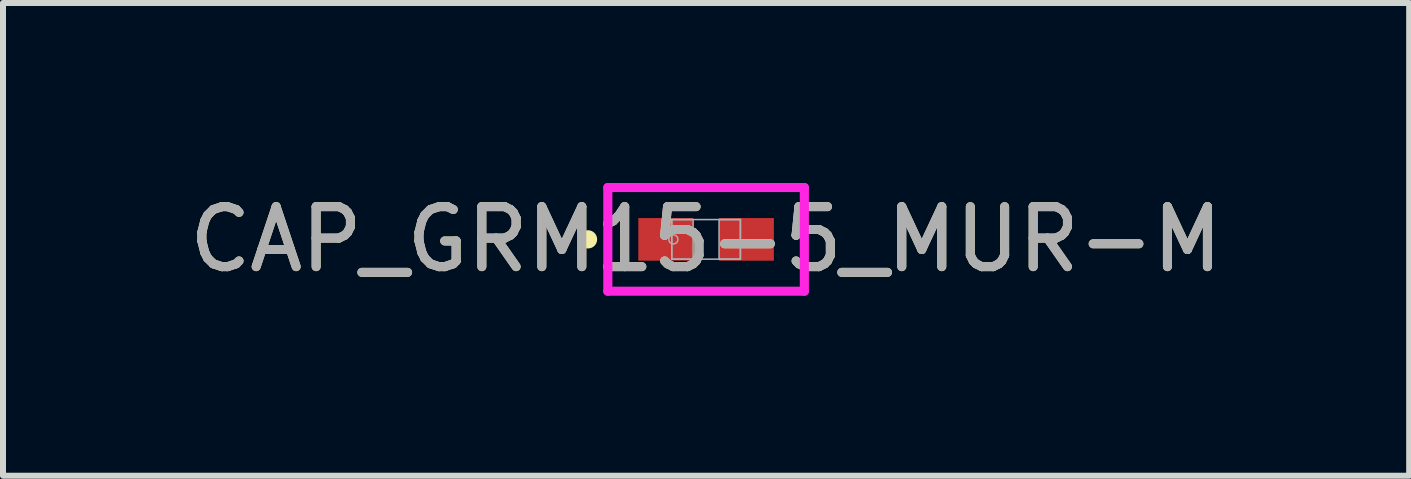
<source format=kicad_pcb>
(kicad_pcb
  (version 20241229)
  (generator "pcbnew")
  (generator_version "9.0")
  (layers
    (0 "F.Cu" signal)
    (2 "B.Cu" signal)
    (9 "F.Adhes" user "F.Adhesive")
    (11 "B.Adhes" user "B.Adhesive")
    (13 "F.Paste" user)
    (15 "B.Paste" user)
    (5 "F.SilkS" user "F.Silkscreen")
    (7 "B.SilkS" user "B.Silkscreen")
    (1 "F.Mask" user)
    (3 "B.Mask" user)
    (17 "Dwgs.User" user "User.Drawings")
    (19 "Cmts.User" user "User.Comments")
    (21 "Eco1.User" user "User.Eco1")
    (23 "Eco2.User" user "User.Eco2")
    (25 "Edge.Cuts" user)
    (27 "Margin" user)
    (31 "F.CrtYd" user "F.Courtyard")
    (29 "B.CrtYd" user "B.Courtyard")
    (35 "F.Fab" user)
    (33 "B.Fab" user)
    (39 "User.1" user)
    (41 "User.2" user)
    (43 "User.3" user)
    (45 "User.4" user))
  (footprint "CAP_GRM15-5_MUR-M"
    (layer "F.Cu")
    (at 8.72 0.94)
    (property "Reference" "CAP_GRM15-5_MUR-M" (at 0 0 0) (unlocked yes) (layer "F.SilkS") (effects (font (size 1 1) (thickness 0.15))))
    (attr smd)
    (fp_circle (center -1.968 0) (end -1.892 0) (stroke (width 0.152) (type solid)) (fill no) (layer "F.SilkS"))
    (fp_line (start -1.638 -0.864) (end 1.638 -0.864) (stroke (width 0.152) (type solid)) (layer "F.CrtYd"))
    (fp_line (start -1.638 0.864) (end -1.638 -0.864) (stroke (width 0.152) (type solid)) (layer "F.CrtYd"))
    (fp_line (start 1.638 -0.864) (end 1.638 0.864) (stroke (width 0.152) (type solid)) (layer "F.CrtYd"))
    (fp_line (start 1.638 0.864) (end -1.638 0.864) (stroke (width 0.152) (type solid)) (layer "F.CrtYd"))
    (fp_line (start -0.572 -0.33) (end -0.572 0.33) (stroke (width 0.025) (type solid)) (layer "F.Fab"))
    (fp_line (start -0.572 -0.33) (end -0.572 0.33) (stroke (width 0.025) (type solid)) (layer "F.Fab"))
    (fp_line (start -0.572 0.33) (end -0.216 0.33) (stroke (width 0.025) (type solid)) (layer "F.Fab"))
    (fp_line (start -0.572 0.33) (end 0.572 0.33) (stroke (width 0.025) (type solid)) (layer "F.Fab"))
    (fp_line (start -0.216 -0.33) (end -0.572 -0.33) (stroke (width 0.025) (type solid)) (layer "F.Fab"))
    (fp_line (start -0.216 0.33) (end -0.216 -0.33) (stroke (width 0.025) (type solid)) (layer "F.Fab"))
    (fp_line (start 0.216 -0.33) (end 0.216 0.33) (stroke (width 0.025) (type solid)) (layer "F.Fab"))
    (fp_line (start 0.216 0.33) (end 0.572 0.33) (stroke (width 0.025) (type solid)) (layer "F.Fab"))
    (fp_line (start 0.572 -0.33) (end -0.572 -0.33) (stroke (width 0.025) (type solid)) (layer "F.Fab"))
    (fp_line (start 0.572 -0.33) (end 0.216 -0.33) (stroke (width 0.025) (type solid)) (layer "F.Fab"))
    (fp_line (start 0.572 0.33) (end 0.572 -0.33) (stroke (width 0.025) (type solid)) (layer "F.Fab"))
    (fp_line (start 0.572 0.33) (end 0.572 -0.33) (stroke (width 0.025) (type solid)) (layer "F.Fab"))
    (fp_circle (center -0.546 0) (end -0.47 0) (stroke (width 0.025) (type solid)) (fill no) (layer "F.Fab"))
    (fp_text user "${REFERENCE}" (at 0 0 0) (unlocked yes) (layer "F.Fab") (effects (font (size 1 1) (thickness 0.15))))
    (pad "1" smd rect (at -0.673 0) (size 0.914 0.711) (layers "F.Cu" "F.Mask" "F.Paste"))
    (pad "2" smd rect (at 0.673 0) (size 0.914 0.711) (layers "F.Cu" "F.Mask" "F.Paste"))
    (zone (net_name "") (layer "F.Cu") (hatch full 0.508) (connect_pads) (min_thickness 0.254) (filled_areas_thickness no) (keepout (tracks not_allowed) (vias not_allowed) (pads allowed) (copperpour not_allowed) (footprints allowed)) (placement (enabled no)) (fill) (polygon (pts (xy 8.555 0.66) (xy 8.885 0.66) (xy 8.885 1.219) (xy 8.555 1.219)))))
  (gr_rect
    (start -3 -3)
    (end 20.44 4.88)
    (stroke (width 0.1) (type default))
    (fill no)
    (layer "Edge.Cuts")))
</source>
